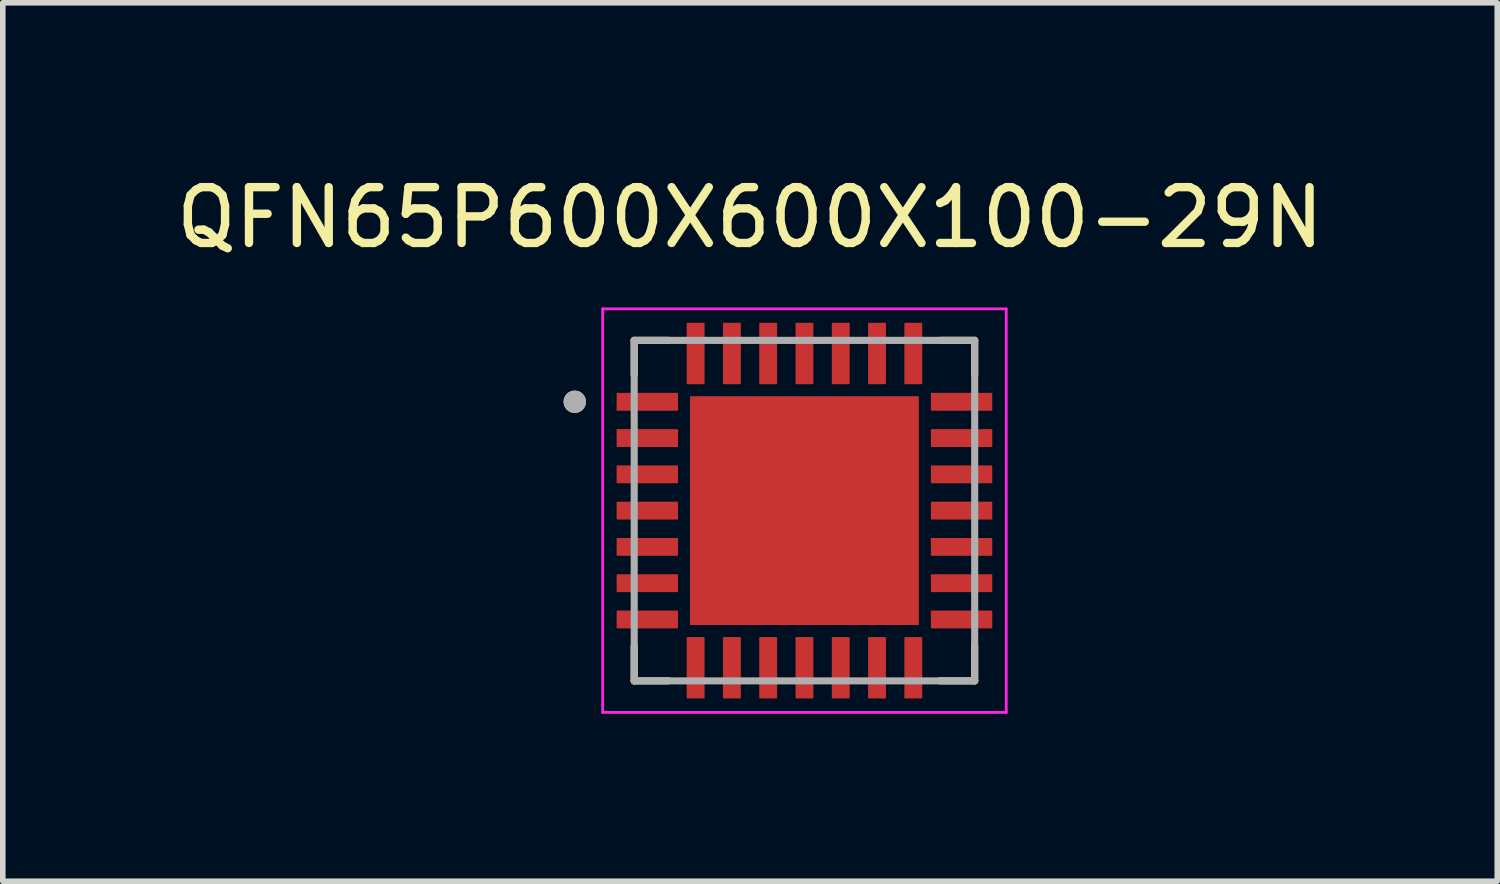
<source format=kicad_pcb>
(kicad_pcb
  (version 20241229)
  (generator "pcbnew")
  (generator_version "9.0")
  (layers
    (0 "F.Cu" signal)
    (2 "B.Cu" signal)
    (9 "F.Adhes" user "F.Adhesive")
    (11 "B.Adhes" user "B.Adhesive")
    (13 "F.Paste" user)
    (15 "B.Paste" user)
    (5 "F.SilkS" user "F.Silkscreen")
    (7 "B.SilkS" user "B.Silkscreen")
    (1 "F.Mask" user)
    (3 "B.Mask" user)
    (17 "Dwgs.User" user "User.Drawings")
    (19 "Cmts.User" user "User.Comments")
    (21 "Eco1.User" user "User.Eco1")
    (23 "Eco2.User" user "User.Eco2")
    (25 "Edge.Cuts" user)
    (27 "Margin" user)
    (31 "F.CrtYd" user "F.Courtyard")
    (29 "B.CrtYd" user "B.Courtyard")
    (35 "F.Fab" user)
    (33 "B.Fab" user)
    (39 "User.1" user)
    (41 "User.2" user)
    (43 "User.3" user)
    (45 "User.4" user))
  (footprint "QFN65P600X600X100-29N"
    (layer "F.Cu")
    (at 11.362 6.098)
    (property "Reference" "QFN65P600X600X100-29N" (at -0.975 -5.25 0) (layer "F.SilkS") (effects (font (size 1 1) (thickness 0.15))))
    (attr through_hole)
    (fp_line (start -3.05 -3.05) (end -3.05 -2.43) (stroke (width 0.127) (type solid)) (layer "F.SilkS"))
    (fp_line (start -3.05 -3.05) (end -2.43 -3.05) (stroke (width 0.127) (type solid)) (layer "F.SilkS"))
    (fp_line (start -3.05 3.05) (end -3.05 2.43) (stroke (width 0.127) (type solid)) (layer "F.SilkS"))
    (fp_line (start -3.05 3.05) (end -2.43 3.05) (stroke (width 0.127) (type solid)) (layer "F.SilkS"))
    (fp_line (start 3.05 -3.05) (end 2.43 -3.05) (stroke (width 0.127) (type solid)) (layer "F.SilkS"))
    (fp_line (start 3.05 -3.05) (end 3.05 -2.43) (stroke (width 0.127) (type solid)) (layer "F.SilkS"))
    (fp_line (start 3.05 3.05) (end 2.43 3.05) (stroke (width 0.127) (type solid)) (layer "F.SilkS"))
    (fp_line (start 3.05 3.05) (end 3.05 2.43) (stroke (width 0.127) (type solid)) (layer "F.SilkS"))
    (fp_circle (center -4.115 -1.95) (end -4.015 -1.95) (stroke (width 0.2) (type solid)) (fill no) (layer "F.SilkS"))
    (fp_poly (pts (xy -1.675 -1.675) (xy -0.375 -1.675) (xy -0.375 -0.375) (xy -1.675 -0.375)) (stroke (width 0.01) (type solid)) (fill yes) (layer "F.Paste"))
    (fp_poly (pts (xy -1.675 0.375) (xy -0.375 0.375) (xy -0.375 1.675) (xy -1.675 1.675)) (stroke (width 0.01) (type solid)) (fill yes) (layer "F.Paste"))
    (fp_poly (pts (xy 0.375 -1.675) (xy 1.675 -1.675) (xy 1.675 -0.375) (xy 0.375 -0.375)) (stroke (width 0.01) (type solid)) (fill yes) (layer "F.Paste"))
    (fp_poly (pts (xy 0.375 0.375) (xy 1.675 0.375) (xy 1.675 1.675) (xy 0.375 1.675)) (stroke (width 0.01) (type solid)) (fill yes) (layer "F.Paste"))
    (fp_line (start -3.615 -3.615) (end 3.615 -3.615) (stroke (width 0.05) (type solid)) (layer "F.CrtYd"))
    (fp_line (start -3.615 3.615) (end -3.615 -3.615) (stroke (width 0.05) (type solid)) (layer "F.CrtYd"))
    (fp_line (start -3.615 3.615) (end 3.615 3.615) (stroke (width 0.05) (type solid)) (layer "F.CrtYd"))
    (fp_line (start 3.615 3.615) (end 3.615 -3.615) (stroke (width 0.05) (type solid)) (layer "F.CrtYd"))
    (fp_line (start -3.05 3.05) (end -3.05 -3.05) (stroke (width 0.127) (type solid)) (layer "F.Fab"))
    (fp_line (start 3.05 -3.05) (end -3.05 -3.05) (stroke (width 0.127) (type solid)) (layer "F.Fab"))
    (fp_line (start 3.05 3.05) (end -3.05 3.05) (stroke (width 0.127) (type solid)) (layer "F.Fab"))
    (fp_line (start 3.05 3.05) (end 3.05 -3.05) (stroke (width 0.127) (type solid)) (layer "F.Fab"))
    (fp_circle (center -4.115 -1.95) (end -4.015 -1.95) (stroke (width 0.2) (type solid)) (fill no) (layer "F.Fab"))
    (pad "1" smd roundrect (at -2.815 -1.95) (size 1.1 0.32) (layers "F.Cu" "F.Mask" "F.Paste") (roundrect_rratio 0.04))
    (pad "2" smd roundrect (at -2.815 -1.3) (size 1.1 0.32) (layers "F.Cu" "F.Mask" "F.Paste") (roundrect_rratio 0.04))
    (pad "3" smd roundrect (at -2.815 -0.65) (size 1.1 0.32) (layers "F.Cu" "F.Mask" "F.Paste") (roundrect_rratio 0.04))
    (pad "4" smd roundrect (at -2.815 0) (size 1.1 0.32) (layers "F.Cu" "F.Mask" "F.Paste") (roundrect_rratio 0.04))
    (pad "5" smd roundrect (at -2.815 0.65) (size 1.1 0.32) (layers "F.Cu" "F.Mask" "F.Paste") (roundrect_rratio 0.04))
    (pad "6" smd roundrect (at -2.815 1.3) (size 1.1 0.32) (layers "F.Cu" "F.Mask" "F.Paste") (roundrect_rratio 0.04))
    (pad "7" smd roundrect (at -2.815 1.95) (size 1.1 0.32) (layers "F.Cu" "F.Mask" "F.Paste") (roundrect_rratio 0.04))
    (pad "8" smd roundrect (at -1.95 2.815 90) (size 1.1 0.32) (layers "F.Cu" "F.Mask" "F.Paste") (roundrect_rratio 0.04))
    (pad "9" smd roundrect (at -1.3 2.815 90) (size 1.1 0.32) (layers "F.Cu" "F.Mask" "F.Paste") (roundrect_rratio 0.04))
    (pad "10" smd roundrect (at -0.65 2.815 90) (size 1.1 0.32) (layers "F.Cu" "F.Mask" "F.Paste") (roundrect_rratio 0.04))
    (pad "11" smd roundrect (at 0 2.815 90) (size 1.1 0.32) (layers "F.Cu" "F.Mask" "F.Paste") (roundrect_rratio 0.04))
    (pad "12" smd roundrect (at 0.65 2.815 90) (size 1.1 0.32) (layers "F.Cu" "F.Mask" "F.Paste") (roundrect_rratio 0.04))
    (pad "13" smd roundrect (at 1.3 2.815 90) (size 1.1 0.32) (layers "F.Cu" "F.Mask" "F.Paste") (roundrect_rratio 0.04))
    (pad "14" smd roundrect (at 1.95 2.815 90) (size 1.1 0.32) (layers "F.Cu" "F.Mask" "F.Paste") (roundrect_rratio 0.04))
    (pad "15" smd roundrect (at 2.815 1.95) (size 1.1 0.32) (layers "F.Cu" "F.Mask" "F.Paste") (roundrect_rratio 0.04))
    (pad "16" smd roundrect (at 2.815 1.3) (size 1.1 0.32) (layers "F.Cu" "F.Mask" "F.Paste") (roundrect_rratio 0.04))
    (pad "17" smd roundrect (at 2.815 0.65) (size 1.1 0.32) (layers "F.Cu" "F.Mask" "F.Paste") (roundrect_rratio 0.04))
    (pad "18" smd roundrect (at 2.815 0) (size 1.1 0.32) (layers "F.Cu" "F.Mask" "F.Paste") (roundrect_rratio 0.04))
    (pad "19" smd roundrect (at 2.815 -0.65) (size 1.1 0.32) (layers "F.Cu" "F.Mask" "F.Paste") (roundrect_rratio 0.04))
    (pad "20" smd roundrect (at 2.815 -1.3) (size 1.1 0.32) (layers "F.Cu" "F.Mask" "F.Paste") (roundrect_rratio 0.04))
    (pad "21" smd roundrect (at 2.815 -1.95) (size 1.1 0.32) (layers "F.Cu" "F.Mask" "F.Paste") (roundrect_rratio 0.04))
    (pad "22" smd roundrect (at 1.95 -2.815 90) (size 1.1 0.32) (layers "F.Cu" "F.Mask" "F.Paste") (roundrect_rratio 0.04))
    (pad "23" smd roundrect (at 1.3 -2.815 90) (size 1.1 0.32) (layers "F.Cu" "F.Mask" "F.Paste") (roundrect_rratio 0.04))
    (pad "24" smd roundrect (at 0.65 -2.815 90) (size 1.1 0.32) (layers "F.Cu" "F.Mask" "F.Paste") (roundrect_rratio 0.04))
    (pad "25" smd roundrect (at 0 -2.815 90) (size 1.1 0.32) (layers "F.Cu" "F.Mask" "F.Paste") (roundrect_rratio 0.04))
    (pad "26" smd roundrect (at -0.65 -2.815 90) (size 1.1 0.32) (layers "F.Cu" "F.Mask" "F.Paste") (roundrect_rratio 0.04))
    (pad "27" smd roundrect (at -1.3 -2.815 90) (size 1.1 0.32) (layers "F.Cu" "F.Mask" "F.Paste") (roundrect_rratio 0.04))
    (pad "28" smd roundrect (at -1.95 -2.815 90) (size 1.1 0.32) (layers "F.Cu" "F.Mask" "F.Paste") (roundrect_rratio 0.04))
    (pad "29" smd rect (at 0 0) (size 4.1 4.1) (layers "F.Cu" "F.Mask")))
  (gr_rect
    (start -3 -3)
    (end 23.774 12.738)
    (stroke (width 0.1) (type default))
    (fill no)
    (layer "Edge.Cuts")))
</source>
